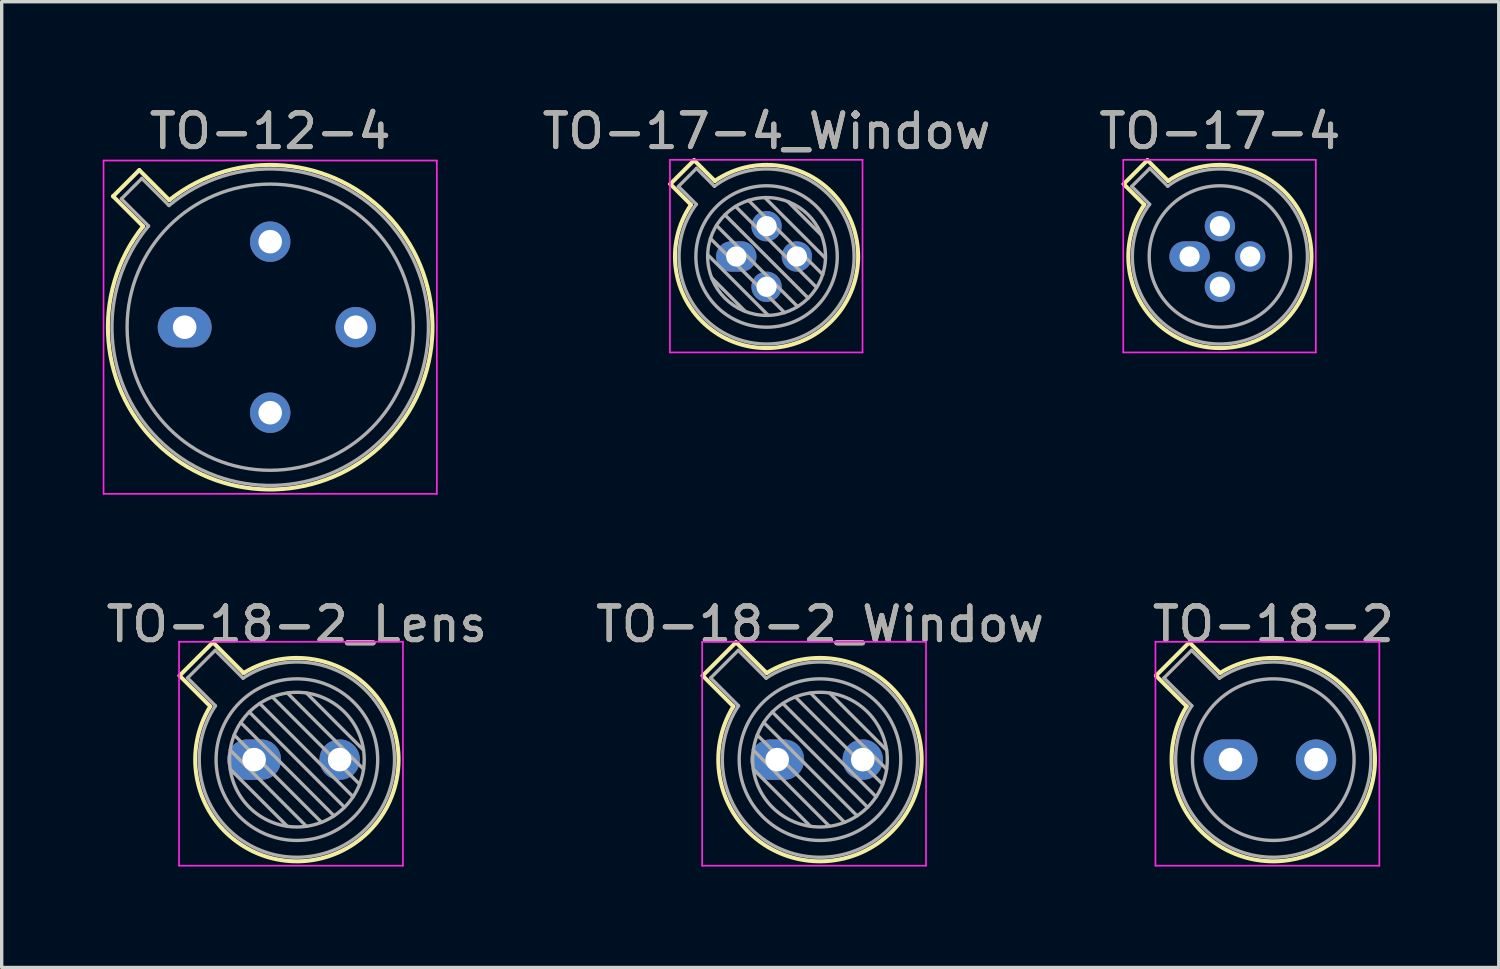
<source format=kicad_pcb>
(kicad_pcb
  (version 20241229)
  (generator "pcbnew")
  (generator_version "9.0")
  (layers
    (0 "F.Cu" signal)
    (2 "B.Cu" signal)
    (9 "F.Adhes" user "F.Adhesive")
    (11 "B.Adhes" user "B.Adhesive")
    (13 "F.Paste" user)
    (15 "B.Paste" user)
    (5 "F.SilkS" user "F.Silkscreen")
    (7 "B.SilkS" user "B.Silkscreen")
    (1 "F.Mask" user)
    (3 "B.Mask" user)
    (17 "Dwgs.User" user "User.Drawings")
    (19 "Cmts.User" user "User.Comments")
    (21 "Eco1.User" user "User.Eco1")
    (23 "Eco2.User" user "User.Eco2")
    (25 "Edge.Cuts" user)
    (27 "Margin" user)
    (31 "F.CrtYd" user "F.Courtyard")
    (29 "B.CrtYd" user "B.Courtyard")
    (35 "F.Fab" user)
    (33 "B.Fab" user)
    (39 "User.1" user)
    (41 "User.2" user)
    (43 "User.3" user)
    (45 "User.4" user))
  (footprint "TO-18-2_Lens"
    (layer "F.Cu")
    (at 4.498 19.512)
    (property "Reference" "TO-18-2_Lens" (at 1.27 -4.02 0) (layer "F.SilkS") (effects (font (size 1 1) (thickness 0.15))))
    (attr through_hole)
    (fp_line (start -2.214 -2.494) (end -1.302 -1.582) (stroke (width 0.12) (type solid)) (layer "F.SilkS"))
    (fp_line (start -1.224 -3.484) (end -2.214 -2.494) (stroke (width 0.12) (type solid)) (layer "F.SilkS"))
    (fp_line (start -0.312 -2.572) (end -1.224 -3.484) (stroke (width 0.12) (type solid)) (layer "F.SilkS"))
    (fp_arc (start -0.312331 -2.572281) (mid 3.405374 2.135551) (end -1.30215 -1.582544) (stroke (width 0.12) (type solid)) (layer "F.SilkS"))
    (fp_line (start -2.23 -3.5) (end -2.23 3.15) (stroke (width 0.05) (type solid)) (layer "F.CrtYd"))
    (fp_line (start -2.23 3.15) (end 4.42 3.15) (stroke (width 0.05) (type solid)) (layer "F.CrtYd"))
    (fp_line (start 4.42 -3.5) (end -2.23 -3.5) (stroke (width 0.05) (type solid)) (layer "F.CrtYd"))
    (fp_line (start 4.42 3.15) (end 4.42 -3.5) (stroke (width 0.05) (type solid)) (layer "F.CrtYd"))
    (fp_line (start -1.977 -2.426) (end -1.149 -1.599) (stroke (width 0.1) (type solid)) (layer "F.Fab"))
    (fp_line (start -1.156 -3.247) (end -1.977 -2.426) (stroke (width 0.1) (type solid)) (layer "F.Fab"))
    (fp_line (start -0.71 -0.283) (end 1.553 1.98) (stroke (width 0.1) (type solid)) (layer "F.Fab"))
    (fp_line (start -0.71 0.283) (end 0.987 1.98) (stroke (width 0.1) (type solid)) (layer "F.Fab"))
    (fp_line (start -0.592 -0.731) (end 2.001 1.862) (stroke (width 0.1) (type solid)) (layer "F.Fab"))
    (fp_line (start -0.399 -1.103) (end 2.373 1.669) (stroke (width 0.1) (type solid)) (layer "F.Fab"))
    (fp_line (start -0.329 -2.419) (end -1.156 -3.247) (stroke (width 0.1) (type solid)) (layer "F.Fab"))
    (fp_line (start -0.145 -1.415) (end 2.685 1.415) (stroke (width 0.1) (type solid)) (layer "F.Fab"))
    (fp_line (start 0.167 -1.669) (end 2.939 1.103) (stroke (width 0.1) (type solid)) (layer "F.Fab"))
    (fp_line (start 0.539 -1.862) (end 3.132 0.731) (stroke (width 0.1) (type solid)) (layer "F.Fab"))
    (fp_line (start 0.987 -1.98) (end 3.25 0.283) (stroke (width 0.1) (type solid)) (layer "F.Fab"))
    (fp_line (start 1.553 -1.98) (end 3.25 -0.283) (stroke (width 0.1) (type solid)) (layer "F.Fab"))
    (fp_arc (start -0.329057 -2.419301) (mid 3.321076 2.050143) (end -1.150029 -1.597956) (stroke (width 0.1) (type solid)) (layer "F.Fab"))
    (fp_circle (center 1.27 0) (end 3.27 0) (stroke (width 0.1) (type solid)) (fill no) (layer "F.Fab"))
    (fp_circle (center 1.27 0) (end 3.67 0) (stroke (width 0.1) (type solid)) (fill no) (layer "F.Fab"))
    (fp_text user "${REFERENCE}" (at 1.27 -4.02 0) (layer "F.Fab") (effects (font (size 1 1) (thickness 0.15))))
    (pad "1" thru_hole oval (at 0 0) (size 1.6 1.2) (drill 0.7) (layers "*.Cu" "*.Mask"))
    (pad "2" thru_hole oval (at 2.54 0) (size 1.2 1.2) (drill 0.7) (layers "*.Cu" "*.Mask")))
  (footprint "TO-18-2_Window"
    (layer "F.Cu")
    (at 20.034 19.512)
    (property "Reference" "TO-18-2_Window" (at 1.27 -4.02 0) (layer "F.SilkS") (effects (font (size 1 1) (thickness 0.15))))
    (attr through_hole)
    (fp_line (start -2.214 -2.494) (end -1.302 -1.582) (stroke (width 0.12) (type solid)) (layer "F.SilkS"))
    (fp_line (start -1.224 -3.484) (end -2.214 -2.494) (stroke (width 0.12) (type solid)) (layer "F.SilkS"))
    (fp_line (start -0.312 -2.572) (end -1.224 -3.484) (stroke (width 0.12) (type solid)) (layer "F.SilkS"))
    (fp_arc (start -0.312331 -2.572281) (mid 3.405374 2.135551) (end -1.30215 -1.582544) (stroke (width 0.12) (type solid)) (layer "F.SilkS"))
    (fp_line (start -2.23 -3.5) (end -2.23 3.15) (stroke (width 0.05) (type solid)) (layer "F.CrtYd"))
    (fp_line (start -2.23 3.15) (end 4.42 3.15) (stroke (width 0.05) (type solid)) (layer "F.CrtYd"))
    (fp_line (start 4.42 -3.5) (end -2.23 -3.5) (stroke (width 0.05) (type solid)) (layer "F.CrtYd"))
    (fp_line (start 4.42 3.15) (end 4.42 -3.5) (stroke (width 0.05) (type solid)) (layer "F.CrtYd"))
    (fp_line (start -1.977 -2.426) (end -1.149 -1.599) (stroke (width 0.1) (type solid)) (layer "F.Fab"))
    (fp_line (start -1.156 -3.247) (end -1.977 -2.426) (stroke (width 0.1) (type solid)) (layer "F.Fab"))
    (fp_line (start -0.71 -0.283) (end 1.553 1.98) (stroke (width 0.1) (type solid)) (layer "F.Fab"))
    (fp_line (start -0.71 0.283) (end 0.987 1.98) (stroke (width 0.1) (type solid)) (layer "F.Fab"))
    (fp_line (start -0.592 -0.731) (end 2.001 1.862) (stroke (width 0.1) (type solid)) (layer "F.Fab"))
    (fp_line (start -0.399 -1.103) (end 2.373 1.669) (stroke (width 0.1) (type solid)) (layer "F.Fab"))
    (fp_line (start -0.329 -2.419) (end -1.156 -3.247) (stroke (width 0.1) (type solid)) (layer "F.Fab"))
    (fp_line (start -0.145 -1.415) (end 2.685 1.415) (stroke (width 0.1) (type solid)) (layer "F.Fab"))
    (fp_line (start 0.167 -1.669) (end 2.939 1.103) (stroke (width 0.1) (type solid)) (layer "F.Fab"))
    (fp_line (start 0.539 -1.862) (end 3.132 0.731) (stroke (width 0.1) (type solid)) (layer "F.Fab"))
    (fp_line (start 0.987 -1.98) (end 3.25 0.283) (stroke (width 0.1) (type solid)) (layer "F.Fab"))
    (fp_line (start 1.553 -1.98) (end 3.25 -0.283) (stroke (width 0.1) (type solid)) (layer "F.Fab"))
    (fp_arc (start -0.329057 -2.419301) (mid 3.321076 2.050143) (end -1.150029 -1.597956) (stroke (width 0.1) (type solid)) (layer "F.Fab"))
    (fp_circle (center 1.27 0) (end 3.27 0) (stroke (width 0.1) (type solid)) (fill no) (layer "F.Fab"))
    (fp_circle (center 1.27 0) (end 3.67 0) (stroke (width 0.1) (type solid)) (fill no) (layer "F.Fab"))
    (fp_text user "${REFERENCE}" (at 1.27 -4.02 0) (layer "F.Fab") (effects (font (size 1 1) (thickness 0.15))))
    (pad "1" thru_hole oval (at 0 0) (size 1.6 1.2) (drill 0.7) (layers "*.Cu" "*.Mask"))
    (pad "2" thru_hole oval (at 2.54 0) (size 1.2 1.2) (drill 0.7) (layers "*.Cu" "*.Mask")))
  (footprint "TO-17-4_Window"
    (layer "F.Cu")
    (at 18.818 4.568)
    (property "Reference" "TO-17-4_Window" (at 0.9 -3.72 0) (layer "F.SilkS") (effects (font (size 1 1) (thickness 0.15))))
    (attr through_hole)
    (fp_line (start -1.959 -2.152) (end -1.344 -1.537) (stroke (width 0.12) (type solid)) (layer "F.SilkS"))
    (fp_line (start -1.252 -2.859) (end -1.959 -2.152) (stroke (width 0.12) (type solid)) (layer "F.SilkS"))
    (fp_line (start -0.637 -2.244) (end -1.252 -2.859) (stroke (width 0.12) (type solid)) (layer "F.SilkS"))
    (fp_arc (start -0.637002 -2.244109) (mid 2.82358 1.923081) (end -1.344508 -1.536419) (stroke (width 0.12) (type solid)) (layer "F.SilkS"))
    (fp_line (start -1.97 -2.87) (end -1.97 2.85) (stroke (width 0.05) (type solid)) (layer "F.CrtYd"))
    (fp_line (start -1.97 2.85) (end 3.75 2.85) (stroke (width 0.05) (type solid)) (layer "F.CrtYd"))
    (fp_line (start 3.75 -2.87) (end -1.97 -2.87) (stroke (width 0.05) (type solid)) (layer "F.CrtYd"))
    (fp_line (start 3.75 2.85) (end 3.75 -2.87) (stroke (width 0.05) (type solid)) (layer "F.CrtYd"))
    (fp_line (start -1.718 -2.08) (end -1.187 -1.55) (stroke (width 0.1) (type solid)) (layer "F.Fab"))
    (fp_line (start -1.18 -2.618) (end -1.718 -2.08) (stroke (width 0.1) (type solid)) (layer "F.Fab"))
    (fp_line (start -0.85 -0.053) (end 0.953 1.75) (stroke (width 0.1) (type solid)) (layer "F.Fab"))
    (fp_line (start -0.767 -0.535) (end 1.435 1.667) (stroke (width 0.1) (type solid)) (layer "F.Fab"))
    (fp_line (start -0.733 0.631) (end 0.269 1.633) (stroke (width 0.1) (type solid)) (layer "F.Fab"))
    (fp_line (start -0.65 -2.087) (end -1.18 -2.618) (stroke (width 0.1) (type solid)) (layer "F.Fab"))
    (fp_line (start -0.588 -0.922) (end 1.822 1.488) (stroke (width 0.1) (type solid)) (layer "F.Fab"))
    (fp_line (start -0.338 -1.238) (end 2.138 1.238) (stroke (width 0.1) (type solid)) (layer "F.Fab"))
    (fp_line (start -0.022 -1.488) (end 2.388 0.922) (stroke (width 0.1) (type solid)) (layer "F.Fab"))
    (fp_line (start 0.365 -1.667) (end 2.567 0.535) (stroke (width 0.1) (type solid)) (layer "F.Fab"))
    (fp_line (start 0.847 -1.75) (end 2.65 0.053) (stroke (width 0.1) (type solid)) (layer "F.Fab"))
    (fp_line (start 1.531 -1.633) (end 2.533 -0.631) (stroke (width 0.1) (type solid)) (layer "F.Fab"))
    (fp_arc (start -0.650035 -2.087436) (mid 2.738346 1.838609) (end -1.187214 -1.550334) (stroke (width 0.1) (type solid)) (layer "F.Fab"))
    (fp_circle (center 0.9 0) (end 2.65 0) (stroke (width 0.1) (type solid)) (fill no) (layer "F.Fab"))
    (fp_circle (center 0.9 0) (end 3 0) (stroke (width 0.1) (type solid)) (fill no) (layer "F.Fab"))
    (fp_text user "${REFERENCE}" (at 0.9 -3.72 0) (layer "F.Fab") (effects (font (size 1 1) (thickness 0.15))))
    (pad "1" thru_hole oval (at 0 0) (size 1.2 0.9) (drill 0.6) (layers "*.Cu" "*.Mask"))
    (pad "2" thru_hole oval (at 0.9 0.9) (size 0.9 0.9) (drill 0.6) (layers "*.Cu" "*.Mask"))
    (pad "3" thru_hole oval (at 1.8 0) (size 0.9 0.9) (drill 0.6) (layers "*.Cu" "*.Mask"))
    (pad "4" thru_hole oval (at 0.9 -0.9) (size 0.9 0.9) (drill 0.6) (layers "*.Cu" "*.Mask")))
  (footprint "TO-18-2"
    (layer "F.Cu")
    (at 33.498 19.512)
    (property "Reference" "TO-18-2" (at 1.27 -4.02 0) (layer "F.SilkS") (effects (font (size 1 1) (thickness 0.15))))
    (attr through_hole)
    (fp_line (start -2.214 -2.494) (end -1.302 -1.582) (stroke (width 0.12) (type solid)) (layer "F.SilkS"))
    (fp_line (start -1.224 -3.484) (end -2.214 -2.494) (stroke (width 0.12) (type solid)) (layer "F.SilkS"))
    (fp_line (start -0.312 -2.572) (end -1.224 -3.484) (stroke (width 0.12) (type solid)) (layer "F.SilkS"))
    (fp_arc (start -0.312331 -2.572281) (mid 3.405374 2.135551) (end -1.30215 -1.582544) (stroke (width 0.12) (type solid)) (layer "F.SilkS"))
    (fp_line (start -2.23 -3.5) (end -2.23 3.15) (stroke (width 0.05) (type solid)) (layer "F.CrtYd"))
    (fp_line (start -2.23 3.15) (end 4.42 3.15) (stroke (width 0.05) (type solid)) (layer "F.CrtYd"))
    (fp_line (start 4.42 -3.5) (end -2.23 -3.5) (stroke (width 0.05) (type solid)) (layer "F.CrtYd"))
    (fp_line (start 4.42 3.15) (end 4.42 -3.5) (stroke (width 0.05) (type solid)) (layer "F.CrtYd"))
    (fp_line (start -1.977 -2.426) (end -1.149 -1.599) (stroke (width 0.1) (type solid)) (layer "F.Fab"))
    (fp_line (start -1.156 -3.247) (end -1.977 -2.426) (stroke (width 0.1) (type solid)) (layer "F.Fab"))
    (fp_line (start -0.329 -2.419) (end -1.156 -3.247) (stroke (width 0.1) (type solid)) (layer "F.Fab"))
    (fp_arc (start -0.329057 -2.419301) (mid 3.321076 2.050143) (end -1.150029 -1.597956) (stroke (width 0.1) (type solid)) (layer "F.Fab"))
    (fp_circle (center 1.27 0) (end 3.67 0) (stroke (width 0.1) (type solid)) (fill no) (layer "F.Fab"))
    (fp_text user "${REFERENCE}" (at 1.27 -4.02 0) (layer "F.Fab") (effects (font (size 1 1) (thickness 0.15))))
    (pad "1" thru_hole oval (at 0 0) (size 1.6 1.2) (drill 0.7) (layers "*.Cu" "*.Mask"))
    (pad "2" thru_hole oval (at 2.54 0) (size 1.2 1.2) (drill 0.7) (layers "*.Cu" "*.Mask")))
  (footprint "TO-12-4"
    (layer "F.Cu")
    (at 2.435 6.668)
    (property "Reference" "TO-12-4" (at 2.54 -5.82 0) (layer "F.SilkS") (effects (font (size 1 1) (thickness 0.15))))
    (attr through_hole)
    (fp_line (start -2.126 -3.888) (end -1.235 -2.997) (stroke (width 0.12) (type solid)) (layer "F.SilkS"))
    (fp_line (start -1.348 -4.666) (end -2.126 -3.888) (stroke (width 0.12) (type solid)) (layer "F.SilkS"))
    (fp_line (start -0.457 -3.775) (end -1.348 -4.666) (stroke (width 0.12) (type solid)) (layer "F.SilkS"))
    (fp_arc (start -0.457084 -3.774902) (mid 5.948125 3.408384) (end -1.234674 -2.997371) (stroke (width 0.12) (type solid)) (layer "F.SilkS"))
    (fp_line (start -2.41 -4.95) (end -2.41 4.95) (stroke (width 0.05) (type solid)) (layer "F.CrtYd"))
    (fp_line (start -2.41 4.95) (end 7.49 4.95) (stroke (width 0.05) (type solid)) (layer "F.CrtYd"))
    (fp_line (start 7.49 -4.95) (end -2.41 -4.95) (stroke (width 0.05) (type solid)) (layer "F.CrtYd"))
    (fp_line (start 7.49 4.95) (end 7.49 -4.95) (stroke (width 0.05) (type solid)) (layer "F.CrtYd"))
    (fp_line (start -1.88 -3.812) (end -1.074 -3.005) (stroke (width 0.1) (type solid)) (layer "F.Fab"))
    (fp_line (start -1.272 -4.42) (end -1.88 -3.812) (stroke (width 0.1) (type solid)) (layer "F.Fab"))
    (fp_line (start -0.465 -3.614) (end -1.272 -4.42) (stroke (width 0.1) (type solid)) (layer "F.Fab"))
    (fp_arc (start -0.465408 -3.61352) (mid 5.863443 3.323361) (end -1.073594 -3.005319) (stroke (width 0.1) (type solid)) (layer "F.Fab"))
    (fp_circle (center 2.54 0) (end 6.79 0) (stroke (width 0.1) (type solid)) (fill no) (layer "F.Fab"))
    (fp_text user "${REFERENCE}" (at 2.54 -5.82 0) (layer "F.Fab") (effects (font (size 1 1) (thickness 0.15))))
    (pad "1" thru_hole oval (at 0 0) (size 1.6 1.2) (drill 0.7) (layers "*.Cu" "*.Mask"))
    (pad "2" thru_hole oval (at 2.54 2.54) (size 1.2 1.2) (drill 0.7) (layers "*.Cu" "*.Mask"))
    (pad "3" thru_hole oval (at 5.08 0) (size 1.2 1.2) (drill 0.7) (layers "*.Cu" "*.Mask"))
    (pad "4" thru_hole oval (at 2.54 -2.54) (size 1.2 1.2) (drill 0.7) (layers "*.Cu" "*.Mask")))
  (footprint "TO-17-4"
    (layer "F.Cu")
    (at 32.282 4.568)
    (property "Reference" "TO-17-4" (at 0.9 -3.72 0) (layer "F.SilkS") (effects (font (size 1 1) (thickness 0.15))))
    (attr through_hole)
    (fp_line (start -1.959 -2.152) (end -1.344 -1.537) (stroke (width 0.12) (type solid)) (layer "F.SilkS"))
    (fp_line (start -1.252 -2.859) (end -1.959 -2.152) (stroke (width 0.12) (type solid)) (layer "F.SilkS"))
    (fp_line (start -0.637 -2.244) (end -1.252 -2.859) (stroke (width 0.12) (type solid)) (layer "F.SilkS"))
    (fp_arc (start -0.637002 -2.244109) (mid 2.82358 1.923081) (end -1.344508 -1.536419) (stroke (width 0.12) (type solid)) (layer "F.SilkS"))
    (fp_line (start -1.97 -2.87) (end -1.97 2.85) (stroke (width 0.05) (type solid)) (layer "F.CrtYd"))
    (fp_line (start -1.97 2.85) (end 3.75 2.85) (stroke (width 0.05) (type solid)) (layer "F.CrtYd"))
    (fp_line (start 3.75 -2.87) (end -1.97 -2.87) (stroke (width 0.05) (type solid)) (layer "F.CrtYd"))
    (fp_line (start 3.75 2.85) (end 3.75 -2.87) (stroke (width 0.05) (type solid)) (layer "F.CrtYd"))
    (fp_line (start -1.718 -2.08) (end -1.187 -1.55) (stroke (width 0.1) (type solid)) (layer "F.Fab"))
    (fp_line (start -1.18 -2.618) (end -1.718 -2.08) (stroke (width 0.1) (type solid)) (layer "F.Fab"))
    (fp_line (start -0.65 -2.087) (end -1.18 -2.618) (stroke (width 0.1) (type solid)) (layer "F.Fab"))
    (fp_arc (start -0.650035 -2.087436) (mid 2.738346 1.838609) (end -1.187214 -1.550334) (stroke (width 0.1) (type solid)) (layer "F.Fab"))
    (fp_circle (center 0.9 0) (end 3 0) (stroke (width 0.1) (type solid)) (fill no) (layer "F.Fab"))
    (fp_text user "${REFERENCE}" (at 0.9 -3.72 0) (layer "F.Fab") (effects (font (size 1 1) (thickness 0.15))))
    (pad "1" thru_hole oval (at 0 0) (size 1.2 0.9) (drill 0.6) (layers "*.Cu" "*.Mask"))
    (pad "2" thru_hole oval (at 0.9 0.9) (size 0.9 0.9) (drill 0.6) (layers "*.Cu" "*.Mask"))
    (pad "3" thru_hole oval (at 1.8 0) (size 0.9 0.9) (drill 0.6) (layers "*.Cu" "*.Mask"))
    (pad "4" thru_hole oval (at 0.9 -0.9) (size 0.9 0.9) (drill 0.6) (layers "*.Cu" "*.Mask")))
  (gr_rect
    (start -3 -3)
    (end 41.464 25.686)
    (stroke (width 0.1) (type default))
    (fill no)
    (layer "Edge.Cuts")))
</source>
